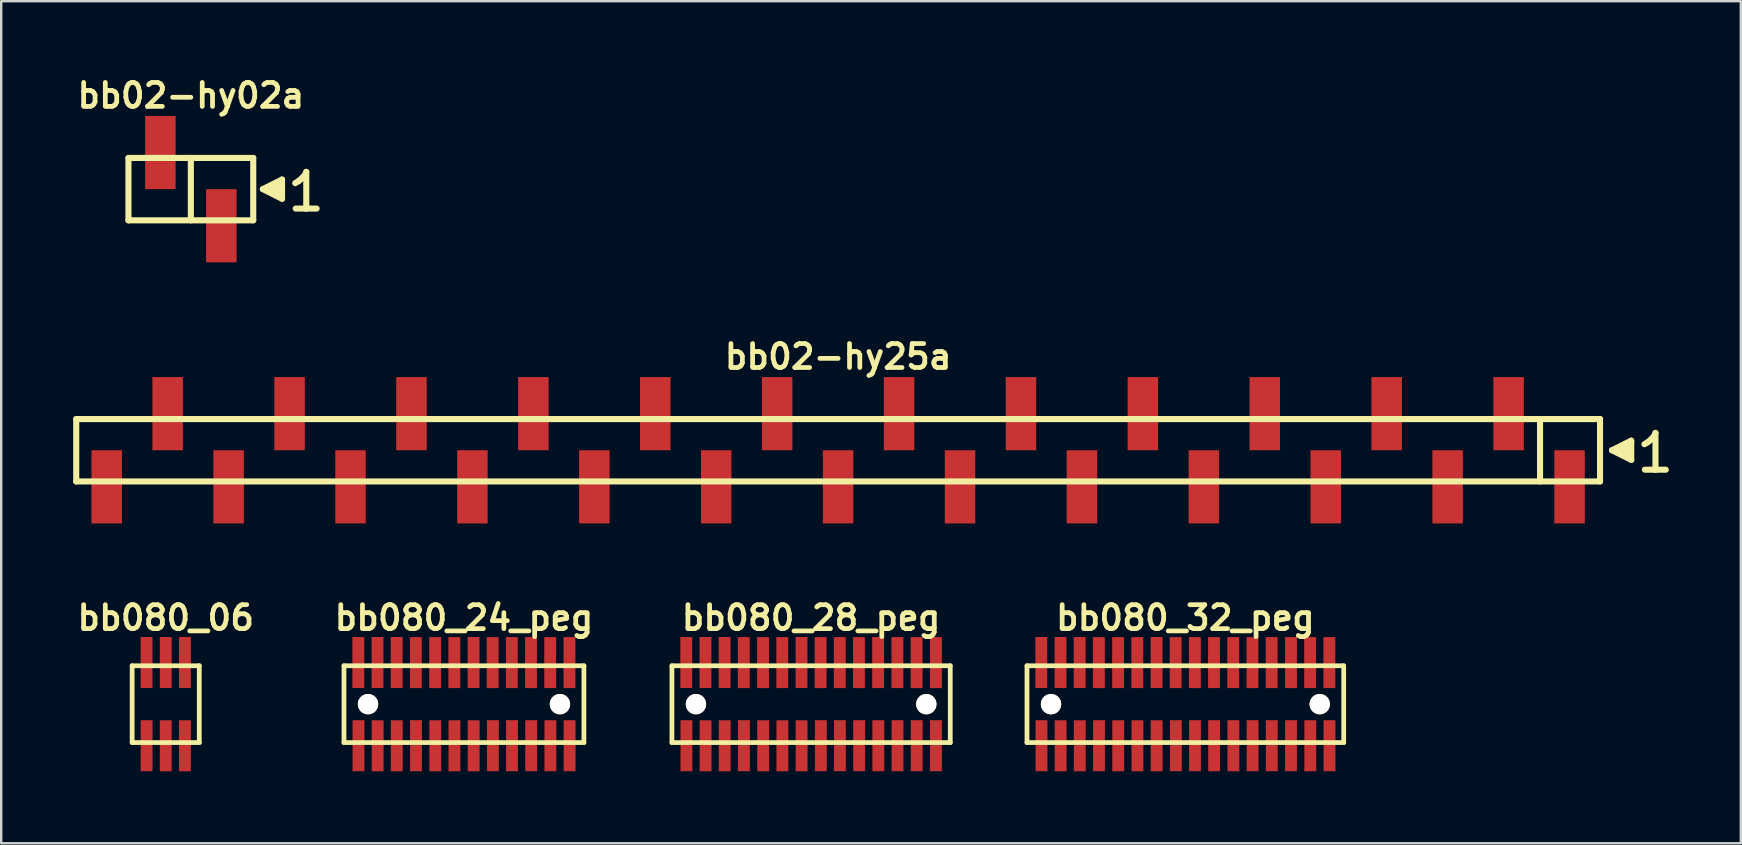
<source format=kicad_pcb>
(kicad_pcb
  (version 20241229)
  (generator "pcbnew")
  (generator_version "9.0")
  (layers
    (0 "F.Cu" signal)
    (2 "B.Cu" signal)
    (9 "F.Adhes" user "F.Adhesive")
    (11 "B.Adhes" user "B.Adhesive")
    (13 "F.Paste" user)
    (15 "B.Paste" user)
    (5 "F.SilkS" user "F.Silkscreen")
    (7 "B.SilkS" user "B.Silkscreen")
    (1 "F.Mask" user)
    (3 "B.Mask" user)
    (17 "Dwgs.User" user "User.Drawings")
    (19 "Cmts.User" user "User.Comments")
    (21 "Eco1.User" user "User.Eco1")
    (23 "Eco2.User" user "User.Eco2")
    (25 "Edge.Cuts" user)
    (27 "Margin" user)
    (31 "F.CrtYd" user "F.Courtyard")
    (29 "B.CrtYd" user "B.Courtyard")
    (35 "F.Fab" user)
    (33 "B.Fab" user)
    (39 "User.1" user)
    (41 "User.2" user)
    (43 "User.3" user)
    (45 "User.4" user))
  (footprint "bb02-hy25a"
    (layer "F.Cu")
    (at 31.877 15.713)
    (property "Reference" "bb02-hy25a" (at 0 -3.9 0) (layer "F.SilkS") (effects (font (size 0.998 0.998) (thickness 0.198))))
    (attr through_hole)
    (fp_line (start -31.75 -1.3) (end 31.75 -1.3) (stroke (width 0.254) (type solid)) (layer "F.SilkS"))
    (fp_line (start -31.75 1.3) (end -31.75 -1.3) (stroke (width 0.254) (type solid)) (layer "F.SilkS"))
    (fp_line (start 29.25 1.3) (end 29.25 -1.3) (stroke (width 0.254) (type solid)) (layer "F.SilkS"))
    (fp_line (start 31.75 -1.3) (end 31.75 1.3) (stroke (width 0.254) (type solid)) (layer "F.SilkS"))
    (fp_line (start 31.75 1.3) (end -31.75 1.3) (stroke (width 0.254) (type solid)) (layer "F.SilkS"))
    (fp_line (start 32.25 0) (end 33.05 0.4) (stroke (width 0.254) (type solid)) (layer "F.SilkS"))
    (fp_line (start 32.55 0.1) (end 32.55 -0.1) (stroke (width 0.254) (type solid)) (layer "F.SilkS"))
    (fp_line (start 32.65 -0.1) (end 32.65 0.1) (stroke (width 0.254) (type solid)) (layer "F.SilkS"))
    (fp_line (start 32.75 0.2) (end 32.75 -0.2) (stroke (width 0.254) (type solid)) (layer "F.SilkS"))
    (fp_line (start 32.85 -0.2) (end 32.85 0.2) (stroke (width 0.254) (type solid)) (layer "F.SilkS"))
    (fp_line (start 32.95 0.3) (end 32.95 -0.3) (stroke (width 0.254) (type solid)) (layer "F.SilkS"))
    (fp_line (start 33.05 -0.4) (end 32.25 0) (stroke (width 0.254) (type solid)) (layer "F.SilkS"))
    (fp_line (start 33.05 0.4) (end 33.05 -0.4) (stroke (width 0.254) (type solid)) (layer "F.SilkS"))
    (fp_line (start 33.6 -0.25) (end 33.73 -0.33) (stroke (width 0.254) (type solid)) (layer "F.SilkS"))
    (fp_line (start 33.73 -0.33) (end 33.89 -0.46) (stroke (width 0.254) (type solid)) (layer "F.SilkS"))
    (fp_line (start 33.89 -0.46) (end 34.03 -0.63) (stroke (width 0.254) (type solid)) (layer "F.SilkS"))
    (fp_line (start 34.03 -0.63) (end 34.06 -0.72) (stroke (width 0.254) (type solid)) (layer "F.SilkS"))
    (fp_line (start 34.06 -0.72) (end 34.06 0.81) (stroke (width 0.254) (type solid)) (layer "F.SilkS"))
    (fp_line (start 34.06 0.81) (end 33.62 0.81) (stroke (width 0.254) (type solid)) (layer "F.SilkS"))
    (fp_line (start 34.49 0.81) (end 34.05 0.81) (stroke (width 0.254) (type solid)) (layer "F.SilkS"))
    (pad "1" smd rect (at 30.48 1.525) (size 1.27 3.05) (layers "F.Cu" "F.Mask" "F.Paste"))
    (pad "2" smd rect (at 27.94 -1.525) (size 1.27 3.05) (layers "F.Cu" "F.Mask" "F.Paste"))
    (pad "3" smd rect (at 25.4 1.525) (size 1.27 3.05) (layers "F.Cu" "F.Mask" "F.Paste"))
    (pad "4" smd rect (at 22.86 -1.525) (size 1.27 3.05) (layers "F.Cu" "F.Mask" "F.Paste"))
    (pad "5" smd rect (at 20.32 1.525) (size 1.27 3.05) (layers "F.Cu" "F.Mask" "F.Paste"))
    (pad "6" smd rect (at 17.78 -1.525) (size 1.27 3.05) (layers "F.Cu" "F.Mask" "F.Paste"))
    (pad "7" smd rect (at 15.24 1.525) (size 1.27 3.05) (layers "F.Cu" "F.Mask" "F.Paste"))
    (pad "8" smd rect (at 12.7 -1.525) (size 1.27 3.05) (layers "F.Cu" "F.Mask" "F.Paste"))
    (pad "9" smd rect (at 10.16 1.525) (size 1.27 3.05) (layers "F.Cu" "F.Mask" "F.Paste"))
    (pad "10" smd rect (at 7.62 -1.525) (size 1.27 3.05) (layers "F.Cu" "F.Mask" "F.Paste"))
    (pad "11" smd rect (at 5.08 1.525) (size 1.27 3.05) (layers "F.Cu" "F.Mask" "F.Paste"))
    (pad "12" smd rect (at 2.54 -1.525) (size 1.27 3.05) (layers "F.Cu" "F.Mask" "F.Paste"))
    (pad "13" smd rect (at 0 1.525) (size 1.27 3.05) (layers "F.Cu" "F.Mask" "F.Paste"))
    (pad "14" smd rect (at -2.54 -1.525) (size 1.27 3.05) (layers "F.Cu" "F.Mask" "F.Paste"))
    (pad "15" smd rect (at -5.08 1.525) (size 1.27 3.05) (layers "F.Cu" "F.Mask" "F.Paste"))
    (pad "16" smd rect (at -7.62 -1.525) (size 1.27 3.05) (layers "F.Cu" "F.Mask" "F.Paste"))
    (pad "17" smd rect (at -10.16 1.525) (size 1.27 3.05) (layers "F.Cu" "F.Mask" "F.Paste"))
    (pad "18" smd rect (at -12.7 -1.525) (size 1.27 3.05) (layers "F.Cu" "F.Mask" "F.Paste"))
    (pad "19" smd rect (at -15.24 1.525) (size 1.27 3.05) (layers "F.Cu" "F.Mask" "F.Paste"))
    (pad "20" smd rect (at -17.78 -1.525) (size 1.27 3.05) (layers "F.Cu" "F.Mask" "F.Paste"))
    (pad "21" smd rect (at -20.32 1.525) (size 1.27 3.05) (layers "F.Cu" "F.Mask" "F.Paste"))
    (pad "22" smd rect (at -22.86 -1.525) (size 1.27 3.05) (layers "F.Cu" "F.Mask" "F.Paste"))
    (pad "23" smd rect (at -25.4 1.525) (size 1.27 3.05) (layers "F.Cu" "F.Mask" "F.Paste"))
    (pad "24" smd rect (at -27.94 -1.525) (size 1.27 3.05) (layers "F.Cu" "F.Mask" "F.Paste"))
    (pad "25" smd rect (at -30.48 1.525) (size 1.27 3.05) (layers "F.Cu" "F.Mask" "F.Paste")))
  (footprint "bb080_06"
    (layer "F.Cu")
    (at 3.857 26.294)
    (property "Reference" "bb080_06" (at 0 -3.599 0) (layer "F.SilkS") (effects (font (size 0.998 0.998) (thickness 0.198))))
    (attr through_hole)
    (fp_line (start -1.4 -1.6) (end -1.4 1.6) (stroke (width 0.198) (type solid)) (layer "F.SilkS"))
    (fp_line (start -1.4 1.6) (end 1.4 1.6) (stroke (width 0.198) (type solid)) (layer "F.SilkS"))
    (fp_line (start 1.397 1.6) (end 1.397 -1.6) (stroke (width 0.198) (type solid)) (layer "F.SilkS"))
    (fp_line (start 1.4 -1.6) (end -1.4 -1.6) (stroke (width 0.198) (type solid)) (layer "F.SilkS"))
    (pad "1" smd rect (at -0.798 1.732) (size 0.495 2.126) (layers "F.Cu" "F.Mask" "F.Paste"))
    (pad "2" smd rect (at -0.8 -1.735) (size 0.495 2.126) (layers "F.Cu" "F.Mask" "F.Paste"))
    (pad "3" smd rect (at 0 1.735) (size 0.495 2.126) (layers "F.Cu" "F.Mask" "F.Paste"))
    (pad "4" smd rect (at 0 -1.735) (size 0.495 2.126) (layers "F.Cu" "F.Mask" "F.Paste"))
    (pad "5" smd rect (at 0.798 1.735) (size 0.495 2.126) (layers "F.Cu" "F.Mask" "F.Paste"))
    (pad "6" smd rect (at 0.798 -1.735) (size 0.495 2.126) (layers "F.Cu" "F.Mask" "F.Paste")))
  (footprint "bb080_28_peg"
    (layer "F.Cu")
    (at 30.75 26.294)
    (property "Reference" "bb080_28_peg" (at 0 -3.599 0) (layer "F.SilkS") (effects (font (size 0.998 0.998) (thickness 0.198))))
    (attr through_hole)
    (fp_line (start -5.799 -1.6) (end -5.799 1.6) (stroke (width 0.198) (type solid)) (layer "F.SilkS"))
    (fp_line (start -5.799 1.6) (end 5.799 1.6) (stroke (width 0.198) (type solid)) (layer "F.SilkS"))
    (fp_line (start 5.799 -1.6) (end -5.799 -1.6) (stroke (width 0.198) (type solid)) (layer "F.SilkS"))
    (fp_line (start 5.799 1.6) (end 5.799 -1.6) (stroke (width 0.198) (type solid)) (layer "F.SilkS"))
    (pad "" np_thru_hole circle (at -4.798 0) (size 0.848 0.848) (drill 0.848) (layers "*.Cu" "*.Mask" "F.SilkS"))
    (pad "" np_thru_hole circle (at 4.801 0) (size 0.848 0.848) (drill 0.848) (layers "*.Cu" "*.Mask" "F.SilkS"))
    (pad "1" smd rect (at -5.194 1.732) (size 0.495 2.126) (layers "F.Cu" "F.Mask" "F.Paste"))
    (pad "2" smd rect (at -5.202 -1.735) (size 0.495 2.126) (layers "F.Cu" "F.Mask" "F.Paste"))
    (pad "3" smd rect (at -4.397 1.735) (size 0.495 2.126) (layers "F.Cu" "F.Mask" "F.Paste"))
    (pad "4" smd rect (at -4.402 -1.735) (size 0.495 2.126) (layers "F.Cu" "F.Mask" "F.Paste"))
    (pad "5" smd rect (at -3.599 1.735) (size 0.495 2.126) (layers "F.Cu" "F.Mask" "F.Paste"))
    (pad "6" smd rect (at -3.604 -1.735) (size 0.495 2.126) (layers "F.Cu" "F.Mask" "F.Paste"))
    (pad "7" smd rect (at -2.799 1.732) (size 0.495 2.126) (layers "F.Cu" "F.Mask" "F.Paste"))
    (pad "8" smd rect (at -2.804 -1.732) (size 0.495 2.126) (layers "F.Cu" "F.Mask" "F.Paste"))
    (pad "9" smd rect (at -1.996 1.735) (size 0.495 2.126) (layers "F.Cu" "F.Mask" "F.Paste"))
    (pad "10" smd rect (at -2.002 -1.732) (size 0.495 2.126) (layers "F.Cu" "F.Mask" "F.Paste"))
    (pad "11" smd rect (at -1.196 1.735) (size 0.495 2.126) (layers "F.Cu" "F.Mask" "F.Paste"))
    (pad "12" smd rect (at -1.201 -1.732) (size 0.495 2.126) (layers "F.Cu" "F.Mask" "F.Paste"))
    (pad "13" smd rect (at -0.396 1.735) (size 0.495 2.126) (layers "F.Cu" "F.Mask" "F.Paste"))
    (pad "14" smd rect (at -0.399 -1.735) (size 0.495 2.126) (layers "F.Cu" "F.Mask" "F.Paste"))
    (pad "15" smd rect (at 0.406 1.732) (size 0.495 2.126) (layers "F.Cu" "F.Mask" "F.Paste"))
    (pad "16" smd rect (at 0.396 -1.732) (size 0.495 2.126) (layers "F.Cu" "F.Mask" "F.Paste"))
    (pad "17" smd rect (at 1.201 1.732) (size 0.495 2.126) (layers "F.Cu" "F.Mask" "F.Paste"))
    (pad "18" smd rect (at 1.196 -1.732) (size 0.495 2.126) (layers "F.Cu" "F.Mask" "F.Paste"))
    (pad "19" smd rect (at 2.002 1.732) (size 0.495 2.126) (layers "F.Cu" "F.Mask" "F.Paste"))
    (pad "20" smd rect (at 1.994 -1.732) (size 0.495 2.126) (layers "F.Cu" "F.Mask" "F.Paste"))
    (pad "21" smd rect (at 2.802 1.732) (size 0.495 2.126) (layers "F.Cu" "F.Mask" "F.Paste"))
    (pad "22" smd rect (at 2.794 -1.732) (size 0.495 2.126) (layers "F.Cu" "F.Mask" "F.Paste"))
    (pad "23" smd rect (at 3.602 1.732) (size 0.495 2.126) (layers "F.Cu" "F.Mask" "F.Paste"))
    (pad "24" smd rect (at 3.597 -1.732) (size 0.495 2.126) (layers "F.Cu" "F.Mask" "F.Paste"))
    (pad "25" smd rect (at 4.402 1.732) (size 0.495 2.126) (layers "F.Cu" "F.Mask" "F.Paste"))
    (pad "26" smd rect (at 4.397 -1.732) (size 0.495 2.126) (layers "F.Cu" "F.Mask" "F.Paste"))
    (pad "27" smd rect (at 5.202 1.732) (size 0.495 2.126) (layers "F.Cu" "F.Mask" "F.Paste"))
    (pad "28" smd rect (at 5.202 -1.732) (size 0.495 2.126) (layers "F.Cu" "F.Mask" "F.Paste")))
  (footprint "bb080_24_peg"
    (layer "F.Cu")
    (at 16.284 26.294)
    (property "Reference" "bb080_24_peg" (at 0 -3.599 0) (layer "F.SilkS") (effects (font (size 0.998 0.998) (thickness 0.198))))
    (attr through_hole)
    (fp_line (start -5.001 -1.6) (end 4.999 -1.6) (stroke (width 0.198) (type solid)) (layer "F.SilkS"))
    (fp_line (start -4.999 -1.6) (end -4.999 1.6) (stroke (width 0.198) (type solid)) (layer "F.SilkS"))
    (fp_line (start 4.999 1.6) (end -5.001 1.6) (stroke (width 0.198) (type solid)) (layer "F.SilkS"))
    (fp_line (start 4.999 1.6) (end 4.999 -1.6) (stroke (width 0.198) (type solid)) (layer "F.SilkS"))
    (pad "" np_thru_hole circle (at -3.998 0) (size 0.848 0.848) (drill 0.848) (layers "*.Cu" "*.Mask" "F.SilkS"))
    (pad "" np_thru_hole circle (at 4 0) (size 0.848 0.848) (drill 0.848) (layers "*.Cu" "*.Mask" "F.SilkS"))
    (pad "1" smd rect (at -4.394 1.732) (size 0.495 2.126) (layers "F.Cu" "F.Mask" "F.Paste"))
    (pad "2" smd rect (at -4.402 -1.735) (size 0.495 2.126) (layers "F.Cu" "F.Mask" "F.Paste"))
    (pad "3" smd rect (at -3.597 1.735) (size 0.495 2.126) (layers "F.Cu" "F.Mask" "F.Paste"))
    (pad "4" smd rect (at -3.602 -1.735) (size 0.495 2.126) (layers "F.Cu" "F.Mask" "F.Paste"))
    (pad "5" smd rect (at -2.799 1.735) (size 0.495 2.126) (layers "F.Cu" "F.Mask" "F.Paste"))
    (pad "6" smd rect (at -2.804 -1.735) (size 0.495 2.126) (layers "F.Cu" "F.Mask" "F.Paste"))
    (pad "7" smd rect (at -1.999 1.732) (size 0.495 2.126) (layers "F.Cu" "F.Mask" "F.Paste"))
    (pad "8" smd rect (at -2.004 -1.732) (size 0.495 2.126) (layers "F.Cu" "F.Mask" "F.Paste"))
    (pad "9" smd rect (at -1.196 1.735) (size 0.495 2.126) (layers "F.Cu" "F.Mask" "F.Paste"))
    (pad "10" smd rect (at -1.201 -1.732) (size 0.495 2.126) (layers "F.Cu" "F.Mask" "F.Paste"))
    (pad "11" smd rect (at -0.396 1.735) (size 0.495 2.126) (layers "F.Cu" "F.Mask" "F.Paste"))
    (pad "12" smd rect (at -0.401 -1.732) (size 0.495 2.126) (layers "F.Cu" "F.Mask" "F.Paste"))
    (pad "13" smd rect (at 0.404 1.735) (size 0.495 2.126) (layers "F.Cu" "F.Mask" "F.Paste"))
    (pad "14" smd rect (at 0.401 -1.735) (size 0.495 2.126) (layers "F.Cu" "F.Mask" "F.Paste"))
    (pad "15" smd rect (at 1.206 1.732) (size 0.495 2.126) (layers "F.Cu" "F.Mask" "F.Paste"))
    (pad "16" smd rect (at 1.196 -1.732) (size 0.495 2.126) (layers "F.Cu" "F.Mask" "F.Paste"))
    (pad "17" smd rect (at 2.002 1.732) (size 0.495 2.126) (layers "F.Cu" "F.Mask" "F.Paste"))
    (pad "18" smd rect (at 1.996 -1.732) (size 0.495 2.126) (layers "F.Cu" "F.Mask" "F.Paste"))
    (pad "19" smd rect (at 2.802 1.732) (size 0.495 2.126) (layers "F.Cu" "F.Mask" "F.Paste"))
    (pad "20" smd rect (at 2.794 -1.732) (size 0.495 2.126) (layers "F.Cu" "F.Mask" "F.Paste"))
    (pad "21" smd rect (at 3.602 1.732) (size 0.495 2.126) (layers "F.Cu" "F.Mask" "F.Paste"))
    (pad "22" smd rect (at 3.594 -1.732) (size 0.495 2.126) (layers "F.Cu" "F.Mask" "F.Paste"))
    (pad "23" smd rect (at 4.402 1.732) (size 0.495 2.126) (layers "F.Cu" "F.Mask" "F.Paste"))
    (pad "24" smd rect (at 4.397 -1.732) (size 0.495 2.126) (layers "F.Cu" "F.Mask" "F.Paste")))
  (footprint "bb02-hy02a"
    (layer "F.Cu")
    (at 4.903 4.832)
    (property "Reference" "bb02-hy02a" (at 0 -3.9 0) (layer "F.SilkS") (effects (font (size 0.998 0.998) (thickness 0.198))))
    (attr through_hole)
    (fp_line (start -2.6 -1.3) (end 2.6 -1.3) (stroke (width 0.254) (type solid)) (layer "F.SilkS"))
    (fp_line (start -2.6 1.3) (end -2.6 -1.3) (stroke (width 0.254) (type solid)) (layer "F.SilkS"))
    (fp_line (start 0 1.3) (end 0 -1.3) (stroke (width 0.254) (type solid)) (layer "F.SilkS"))
    (fp_line (start 2.6 -1.3) (end 2.6 1.3) (stroke (width 0.254) (type solid)) (layer "F.SilkS"))
    (fp_line (start 2.6 1.3) (end -2.6 1.3) (stroke (width 0.254) (type solid)) (layer "F.SilkS"))
    (fp_line (start 3 0) (end 3.8 0.4) (stroke (width 0.254) (type solid)) (layer "F.SilkS"))
    (fp_line (start 3.3 0.1) (end 3.3 -0.1) (stroke (width 0.254) (type solid)) (layer "F.SilkS"))
    (fp_line (start 3.4 -0.1) (end 3.4 0.1) (stroke (width 0.254) (type solid)) (layer "F.SilkS"))
    (fp_line (start 3.5 0.2) (end 3.5 -0.2) (stroke (width 0.254) (type solid)) (layer "F.SilkS"))
    (fp_line (start 3.6 -0.2) (end 3.6 0.2) (stroke (width 0.254) (type solid)) (layer "F.SilkS"))
    (fp_line (start 3.7 0.3) (end 3.7 -0.3) (stroke (width 0.254) (type solid)) (layer "F.SilkS"))
    (fp_line (start 3.8 -0.4) (end 3 0) (stroke (width 0.254) (type solid)) (layer "F.SilkS"))
    (fp_line (start 3.8 0.4) (end 3.8 -0.4) (stroke (width 0.254) (type solid)) (layer "F.SilkS"))
    (fp_line (start 4.35 -0.25) (end 4.48 -0.33) (stroke (width 0.254) (type solid)) (layer "F.SilkS"))
    (fp_line (start 4.48 -0.33) (end 4.64 -0.46) (stroke (width 0.254) (type solid)) (layer "F.SilkS"))
    (fp_line (start 4.64 -0.46) (end 4.78 -0.63) (stroke (width 0.254) (type solid)) (layer "F.SilkS"))
    (fp_line (start 4.78 -0.63) (end 4.81 -0.72) (stroke (width 0.254) (type solid)) (layer "F.SilkS"))
    (fp_line (start 4.81 -0.72) (end 4.81 0.81) (stroke (width 0.254) (type solid)) (layer "F.SilkS"))
    (fp_line (start 4.81 0.81) (end 4.37 0.81) (stroke (width 0.254) (type solid)) (layer "F.SilkS"))
    (fp_line (start 5.24 0.81) (end 4.8 0.81) (stroke (width 0.254) (type solid)) (layer "F.SilkS"))
    (pad "1" smd rect (at 1.27 1.525) (size 1.27 3.05) (layers "F.Cu" "F.Mask" "F.Paste"))
    (pad "2" smd rect (at -1.27 -1.525) (size 1.27 3.05) (layers "F.Cu" "F.Mask" "F.Paste")))
  (footprint "bb080_32_peg"
    (layer "F.Cu")
    (at 46.346 26.294)
    (property "Reference" "bb080_32_peg" (at 0 -3.599 0) (layer "F.SilkS") (effects (font (size 0.998 0.998) (thickness 0.198))))
    (attr through_hole)
    (fp_line (start -6.599 -1.6) (end -6.599 1.6) (stroke (width 0.198) (type solid)) (layer "F.SilkS"))
    (fp_line (start -6.599 1.6) (end 6.599 1.6) (stroke (width 0.198) (type solid)) (layer "F.SilkS"))
    (fp_line (start 6.599 -1.6) (end -6.599 -1.6) (stroke (width 0.198) (type solid)) (layer "F.SilkS"))
    (fp_line (start 6.599 1.6) (end 6.599 -1.6) (stroke (width 0.198) (type solid)) (layer "F.SilkS"))
    (pad "" np_thru_hole circle (at -5.598 0) (size 0.848 0.848) (drill 0.848) (layers "*.Cu" "*.Mask" "F.SilkS"))
    (pad "" np_thru_hole circle (at 5.601 0) (size 0.848 0.848) (drill 0.848) (layers "*.Cu" "*.Mask" "F.SilkS"))
    (pad "1" smd rect (at -5.994 1.732) (size 0.495 2.126) (layers "F.Cu" "F.Mask" "F.Paste"))
    (pad "2" smd rect (at -6.002 -1.735) (size 0.495 2.126) (layers "F.Cu" "F.Mask" "F.Paste"))
    (pad "3" smd rect (at -5.197 1.735) (size 0.495 2.126) (layers "F.Cu" "F.Mask" "F.Paste"))
    (pad "4" smd rect (at -5.202 -1.735) (size 0.495 2.126) (layers "F.Cu" "F.Mask" "F.Paste"))
    (pad "5" smd rect (at -4.399 1.735) (size 0.495 2.126) (layers "F.Cu" "F.Mask" "F.Paste"))
    (pad "6" smd rect (at -4.404 -1.735) (size 0.495 2.126) (layers "F.Cu" "F.Mask" "F.Paste"))
    (pad "7" smd rect (at -3.599 1.732) (size 0.495 2.126) (layers "F.Cu" "F.Mask" "F.Paste"))
    (pad "8" smd rect (at -3.604 -1.732) (size 0.495 2.126) (layers "F.Cu" "F.Mask" "F.Paste"))
    (pad "9" smd rect (at -2.797 1.735) (size 0.495 2.126) (layers "F.Cu" "F.Mask" "F.Paste"))
    (pad "10" smd rect (at -2.802 -1.732) (size 0.495 2.126) (layers "F.Cu" "F.Mask" "F.Paste"))
    (pad "11" smd rect (at -1.996 1.735) (size 0.495 2.126) (layers "F.Cu" "F.Mask" "F.Paste"))
    (pad "12" smd rect (at -2.002 -1.732) (size 0.495 2.126) (layers "F.Cu" "F.Mask" "F.Paste"))
    (pad "13" smd rect (at -1.196 1.735) (size 0.495 2.126) (layers "F.Cu" "F.Mask" "F.Paste"))
    (pad "14" smd rect (at -1.199 -1.735) (size 0.495 2.126) (layers "F.Cu" "F.Mask" "F.Paste"))
    (pad "15" smd rect (at -0.394 1.732) (size 0.495 2.126) (layers "F.Cu" "F.Mask" "F.Paste"))
    (pad "16" smd rect (at -0.404 -1.732) (size 0.495 2.126) (layers "F.Cu" "F.Mask" "F.Paste"))
    (pad "17" smd rect (at 0.401 1.732) (size 0.495 2.126) (layers "F.Cu" "F.Mask" "F.Paste"))
    (pad "18" smd rect (at 0.396 -1.732) (size 0.495 2.126) (layers "F.Cu" "F.Mask" "F.Paste"))
    (pad "19" smd rect (at 1.201 1.732) (size 0.495 2.126) (layers "F.Cu" "F.Mask" "F.Paste"))
    (pad "20" smd rect (at 1.194 -1.732) (size 0.495 2.126) (layers "F.Cu" "F.Mask" "F.Paste"))
    (pad "21" smd rect (at 2.002 1.732) (size 0.495 2.126) (layers "F.Cu" "F.Mask" "F.Paste"))
    (pad "22" smd rect (at 1.994 -1.732) (size 0.495 2.126) (layers "F.Cu" "F.Mask" "F.Paste"))
    (pad "23" smd rect (at 2.802 1.732) (size 0.495 2.126) (layers "F.Cu" "F.Mask" "F.Paste"))
    (pad "24" smd rect (at 2.797 -1.732) (size 0.495 2.126) (layers "F.Cu" "F.Mask" "F.Paste"))
    (pad "25" smd rect (at 3.602 1.732) (size 0.495 2.126) (layers "F.Cu" "F.Mask" "F.Paste"))
    (pad "26" smd rect (at 3.597 -1.732) (size 0.495 2.126) (layers "F.Cu" "F.Mask" "F.Paste"))
    (pad "27" smd rect (at 4.402 1.732) (size 0.495 2.126) (layers "F.Cu" "F.Mask" "F.Paste"))
    (pad "28" smd rect (at 4.402 -1.732) (size 0.495 2.126) (layers "F.Cu" "F.Mask" "F.Paste"))
    (pad "29" smd rect (at 5.207 1.732) (size 0.495 2.126) (layers "F.Cu" "F.Mask" "F.Paste"))
    (pad "30" smd rect (at 5.202 -1.732) (size 0.495 2.126) (layers "F.Cu" "F.Mask" "F.Paste"))
    (pad "31" smd rect (at 6.007 1.732) (size 0.495 2.126) (layers "F.Cu" "F.Mask" "F.Paste"))
    (pad "32" smd rect (at 6.002 -1.732) (size 0.495 2.126) (layers "F.Cu" "F.Mask" "F.Paste")))
  (gr_rect
    (start -3 -3)
    (end 69.494 32.092)
    (stroke (width 0.1) (type default))
    (fill no)
    (layer "Edge.Cuts")))
</source>
